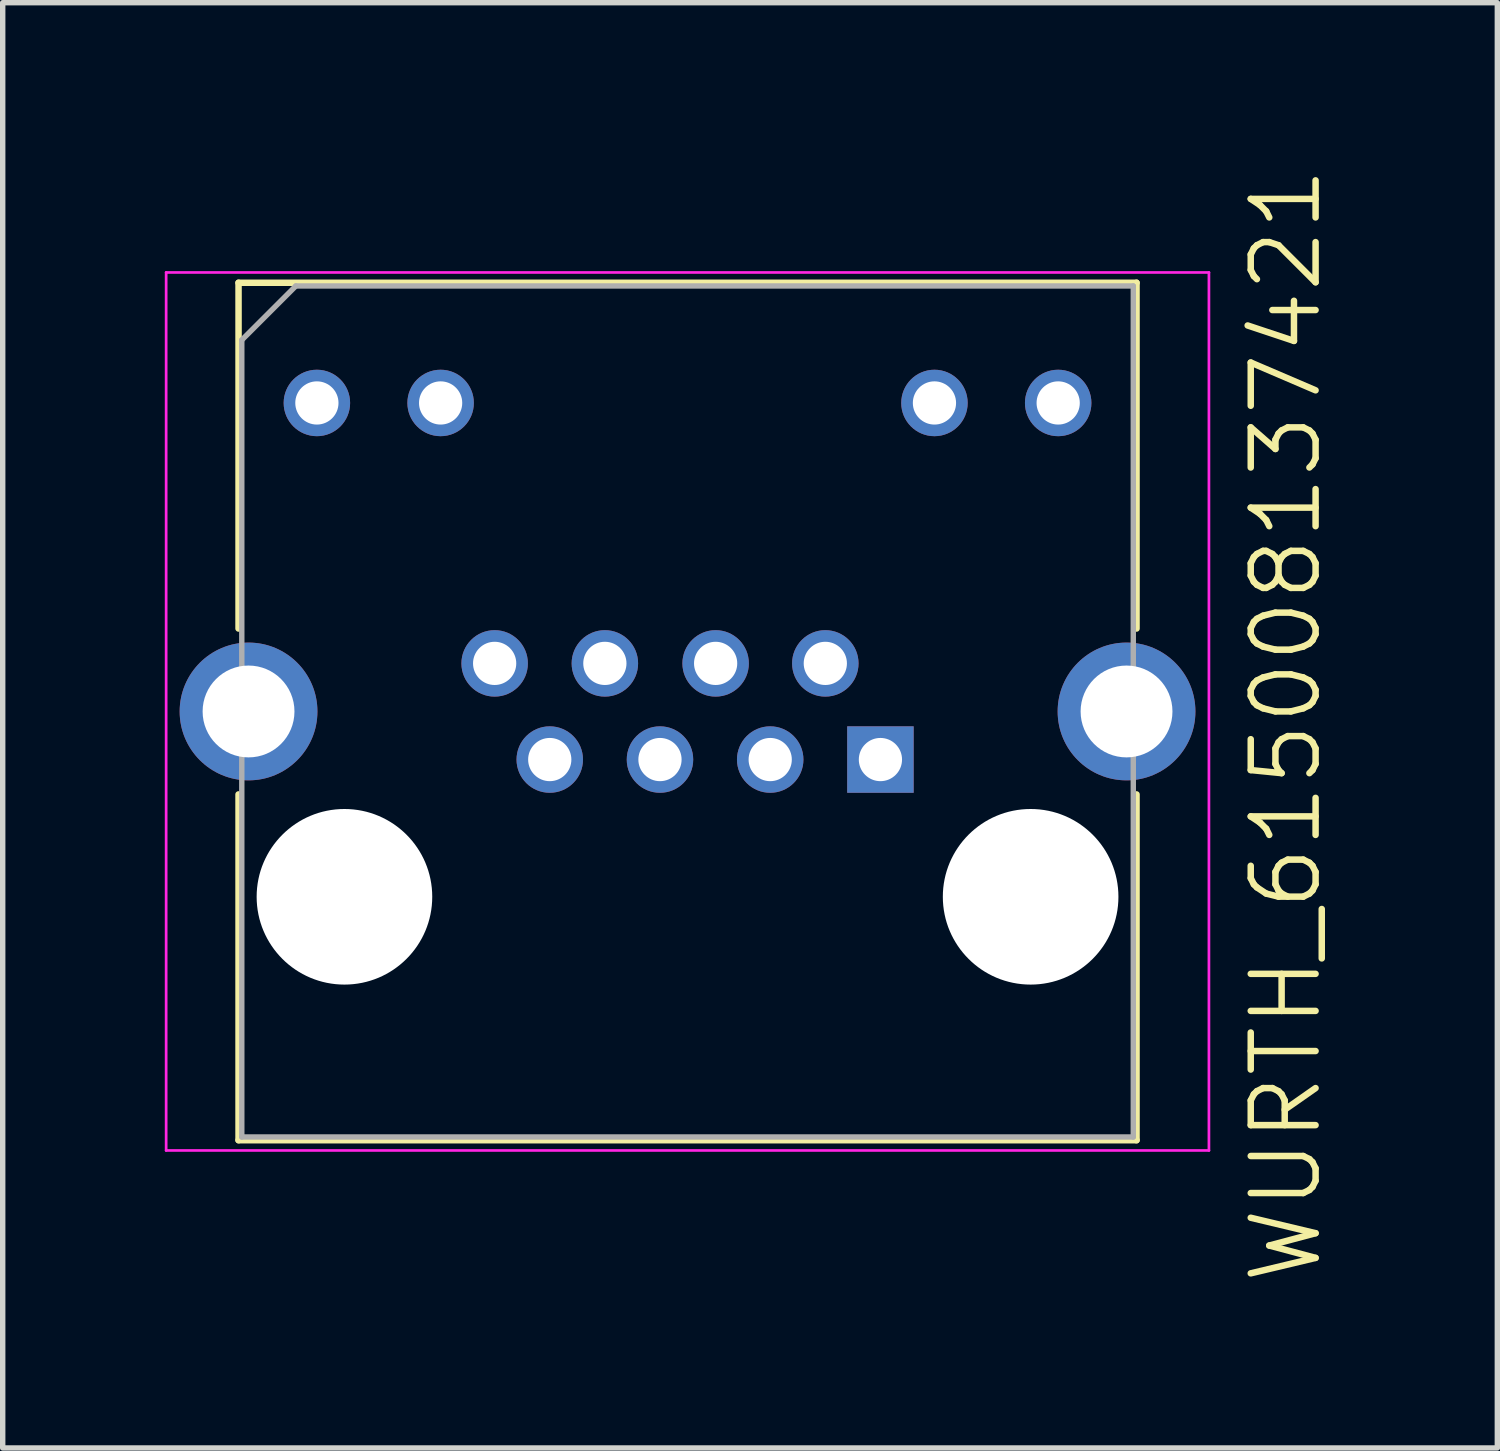
<source format=kicad_pcb>
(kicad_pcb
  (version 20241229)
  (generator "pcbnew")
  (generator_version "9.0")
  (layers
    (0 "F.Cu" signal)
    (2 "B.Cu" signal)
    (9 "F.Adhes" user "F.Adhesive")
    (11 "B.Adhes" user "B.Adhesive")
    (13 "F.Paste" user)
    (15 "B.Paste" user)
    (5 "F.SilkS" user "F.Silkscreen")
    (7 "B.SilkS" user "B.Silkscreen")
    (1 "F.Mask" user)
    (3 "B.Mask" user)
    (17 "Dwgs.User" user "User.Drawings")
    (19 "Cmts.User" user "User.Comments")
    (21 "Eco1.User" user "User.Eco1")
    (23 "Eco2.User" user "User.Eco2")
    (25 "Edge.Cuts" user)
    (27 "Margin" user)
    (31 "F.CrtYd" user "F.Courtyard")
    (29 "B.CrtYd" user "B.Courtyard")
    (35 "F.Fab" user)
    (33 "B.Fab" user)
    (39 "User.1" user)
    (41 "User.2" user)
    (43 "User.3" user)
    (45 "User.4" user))
  (footprint "WURTH_615008137421"
    (layer "F.Cu")
    (at 9.675 10.118)
    (property "Reference" "WURTH_615008137421" (at 11.075 0.256 90) (layer "F.SilkS") (effects (font (size 1.2 1.2) (thickness 0.12))))
    (attr through_hole)
    (fp_line (start -8.31 -7.935) (end -8.31 -1.535) (stroke (width 0.12) (type solid)) (layer "F.SilkS"))
    (fp_line (start -8.31 -7.935) (end 8.31 -7.935) (stroke (width 0.12) (type solid)) (layer "F.SilkS"))
    (fp_line (start -8.31 1.535) (end -8.31 7.935) (stroke (width 0.12) (type solid)) (layer "F.SilkS"))
    (fp_line (start 8.31 -7.935) (end 8.31 -1.535) (stroke (width 0.12) (type solid)) (layer "F.SilkS"))
    (fp_line (start 8.31 1.535) (end 8.31 7.935) (stroke (width 0.12) (type solid)) (layer "F.SilkS"))
    (fp_line (start 8.31 7.935) (end -8.31 7.935) (stroke (width 0.12) (type solid)) (layer "F.SilkS"))
    (fp_line (start -9.65 -8.125) (end 9.65 -8.125) (stroke (width 0.05) (type solid)) (layer "F.CrtYd"))
    (fp_line (start -9.65 8.125) (end -9.65 -8.125) (stroke (width 0.05) (type solid)) (layer "F.CrtYd"))
    (fp_line (start 9.65 -8.125) (end 9.65 8.125) (stroke (width 0.05) (type solid)) (layer "F.CrtYd"))
    (fp_line (start 9.65 8.125) (end -9.65 8.125) (stroke (width 0.05) (type solid)) (layer "F.CrtYd"))
    (fp_line (start -8.25 -6.875) (end -7.25 -7.875) (stroke (width 0.1) (type solid)) (layer "F.Fab"))
    (fp_line (start -8.25 7.875) (end -8.25 -6.875) (stroke (width 0.1) (type solid)) (layer "F.Fab"))
    (fp_line (start -7.25 -7.875) (end 8.25 -7.875) (stroke (width 0.1) (type solid)) (layer "F.Fab"))
    (fp_line (start 8.25 -7.875) (end 8.25 7.875) (stroke (width 0.1) (type solid)) (layer "F.Fab"))
    (fp_line (start 8.25 7.875) (end -8.25 7.875) (stroke (width 0.1) (type solid)) (layer "F.Fab"))
    (pad "" np_thru_hole circle (at -6.35 3.43) (size 3.25 3.25) (drill 3.25) (layers "*.Cu" "*.Mask"))
    (pad "" np_thru_hole circle (at 6.35 3.43) (size 3.25 3.25) (drill 3.25) (layers "*.Cu" "*.Mask"))
    (pad "1" thru_hole rect (at 3.57 0.89) (size 1.23 1.23) (drill 0.8) (layers "*.Cu" "*.Paste" "*.Mask"))
    (pad "2" thru_hole circle (at 2.55 -0.89) (size 1.23 1.23) (drill 0.8) (layers "*.Cu" "*.Paste" "*.Mask"))
    (pad "3" thru_hole circle (at 1.53 0.89) (size 1.23 1.23) (drill 0.8) (layers "*.Cu" "*.Paste" "*.Mask"))
    (pad "4" thru_hole circle (at 0.52 -0.89) (size 1.23 1.23) (drill 0.8) (layers "*.Cu" "*.Paste" "*.Mask"))
    (pad "5" thru_hole circle (at -0.51 0.89) (size 1.23 1.23) (drill 0.8) (layers "*.Cu" "*.Paste" "*.Mask"))
    (pad "6" thru_hole circle (at -1.53 -0.89) (size 1.23 1.23) (drill 0.8) (layers "*.Cu" "*.Paste" "*.Mask"))
    (pad "7" thru_hole circle (at -2.55 0.89) (size 1.23 1.23) (drill 0.8) (layers "*.Cu" "*.Paste" "*.Mask"))
    (pad "8" thru_hole circle (at -3.57 -0.89) (size 1.23 1.23) (drill 0.8) (layers "*.Cu" "*.Paste" "*.Mask"))
    (pad "9" thru_hole circle (at -6.86 -5.71) (size 1.23 1.23) (drill 0.8) (layers "*.Cu" "*.Paste" "*.Mask"))
    (pad "10" thru_hole circle (at -4.57 -5.71) (size 1.23 1.23) (drill 0.8) (layers "*.Cu" "*.Paste" "*.Mask"))
    (pad "11" thru_hole circle (at 4.57 -5.71) (size 1.23 1.23) (drill 0.8) (layers "*.Cu" "*.Paste" "*.Mask"))
    (pad "12" thru_hole circle (at 6.86 -5.71) (size 1.23 1.23) (drill 0.8) (layers "*.Cu" "*.Paste" "*.Mask"))
    (pad "13" thru_hole circle (at -8.125 0) (size 2.55 2.55) (drill 1.7) (layers "*.Cu" "*.Paste" "*.Mask"))
    (pad "14" thru_hole circle (at 8.125 0) (size 2.55 2.55) (drill 1.7) (layers "*.Cu" "*.Paste" "*.Mask")))
  (gr_rect
    (start -3 -3)
    (end 24.663 23.749)
    (stroke (width 0.1) (type default))
    (fill no)
    (layer "Edge.Cuts")))
</source>
